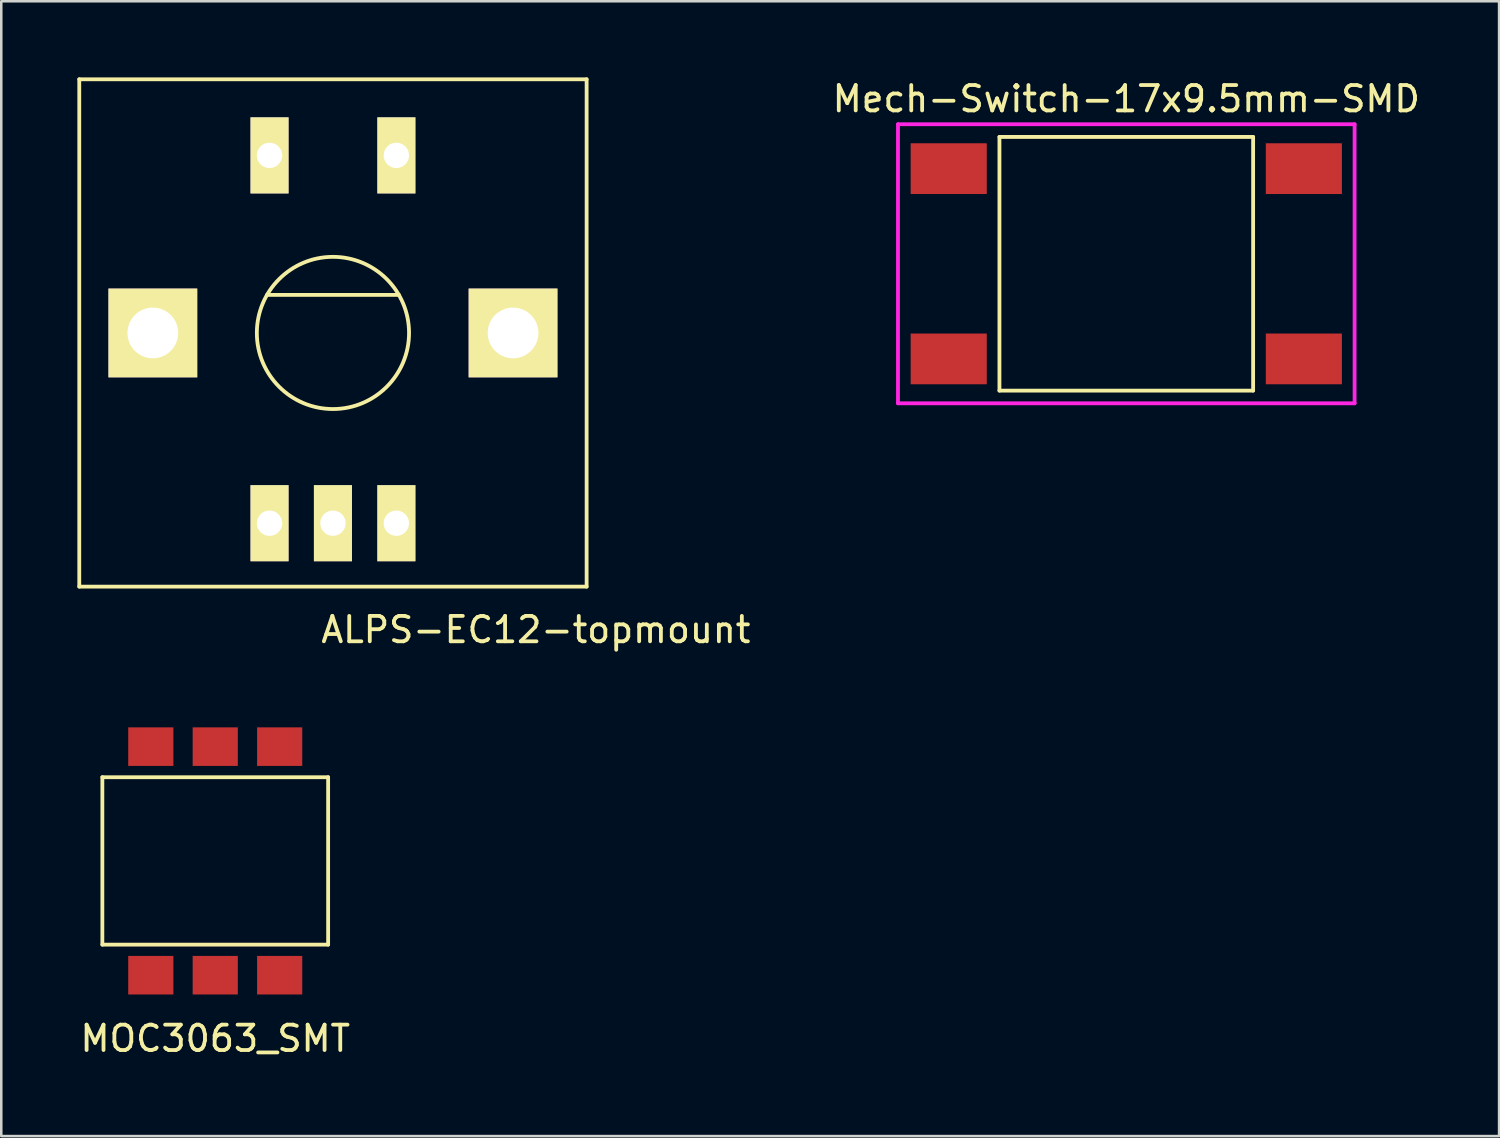
<source format=kicad_pcb>
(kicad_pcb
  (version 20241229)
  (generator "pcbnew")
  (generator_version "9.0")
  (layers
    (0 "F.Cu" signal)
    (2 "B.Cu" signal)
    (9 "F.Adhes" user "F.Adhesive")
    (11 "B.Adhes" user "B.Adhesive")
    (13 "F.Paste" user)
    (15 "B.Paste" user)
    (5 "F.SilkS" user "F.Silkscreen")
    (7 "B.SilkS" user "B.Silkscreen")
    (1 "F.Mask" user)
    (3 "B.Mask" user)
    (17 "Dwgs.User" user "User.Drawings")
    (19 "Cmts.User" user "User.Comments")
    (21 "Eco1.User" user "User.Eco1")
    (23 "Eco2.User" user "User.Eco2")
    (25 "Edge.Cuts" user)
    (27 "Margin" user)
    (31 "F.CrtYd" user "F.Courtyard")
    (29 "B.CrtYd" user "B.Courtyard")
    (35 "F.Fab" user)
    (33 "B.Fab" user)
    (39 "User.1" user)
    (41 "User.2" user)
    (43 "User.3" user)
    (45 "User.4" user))
  (footprint "ALPS-EC12-topmount"
    (layer "F.Cu")
    (at 10.075 10.075)
    (property "Reference" "ALPS-EC12-topmount" (at 8 11.7 0) (layer "F.SilkS") (effects (font (size 1 1) (thickness 0.15))))
    (attr through_hole)
    (fp_line (start -10 -10) (end 10 -10) (stroke (width 0.15) (type solid)) (layer "F.SilkS"))
    (fp_line (start -10 10) (end -10 -10) (stroke (width 0.15) (type solid)) (layer "F.SilkS"))
    (fp_line (start -2.6 -1.5) (end 2.6 -1.5) (stroke (width 0.15) (type solid)) (layer "F.SilkS"))
    (fp_line (start 10 -10) (end 10 10) (stroke (width 0.15) (type solid)) (layer "F.SilkS"))
    (fp_line (start 10 10) (end -10 10) (stroke (width 0.15) (type solid)) (layer "F.SilkS"))
    (fp_circle (center 0 0) (end 3 0) (stroke (width 0.15) (type solid)) (fill no) (layer "F.SilkS"))
    (pad "1" thru_hole rect (at -2.5 7.5) (size 1.5 3) (drill 1) (layers "*.Cu" "*.Mask" "F.SilkS"))
    (pad "2" thru_hole rect (at 2.5 7.5) (size 1.5 3) (drill 1) (layers "*.Cu" "*.Mask" "F.SilkS"))
    (pad "3" thru_hole rect (at 0 7.5) (size 1.5 3) (drill 1) (layers "*.Cu" "*.Mask" "F.SilkS"))
    (pad "4" thru_hole rect (at -2.5 -7) (size 1.5 3) (drill 1) (layers "*.Cu" "*.Mask" "F.SilkS"))
    (pad "5" thru_hole rect (at 2.5 -7 180) (size 1.5 3) (drill 1) (layers "*.Cu" "*.Mask" "F.SilkS"))
    (pad "6" thru_hole rect (at -7.1 0) (size 3.5 3.5) (drill 2) (layers "*.Cu" "*.Mask" "F.SilkS"))
    (pad "7" thru_hole rect (at 7.1 0) (size 3.5 3.5) (drill 2) (layers "*.Cu" "*.Mask" "F.SilkS")))
  (footprint "MOC3063_SMT"
    (layer "F.Cu")
    (at 5.435 30.888)
    (property "Reference" "MOC3063_SMT" (at 0 7 0) (layer "F.SilkS") (effects (font (size 1 1) (thickness 0.15))))
    (attr through_hole)
    (fp_line (start -4.45 3.3) (end -4.45 -3.3) (stroke (width 0.15) (type solid)) (layer "F.SilkS"))
    (fp_line (start 4.45 -3.3) (end -4.45 -3.3) (stroke (width 0.15) (type solid)) (layer "F.SilkS"))
    (fp_line (start 4.45 3.3) (end -4.45 3.3) (stroke (width 0.15) (type solid)) (layer "F.SilkS"))
    (fp_line (start 4.45 3.3) (end 4.45 -3.3) (stroke (width 0.15) (type solid)) (layer "F.SilkS"))
    (pad "1" smd trapezoid (at -2.54 4.505) (size 1.78 1.52) (layers "F.Cu" "F.Mask" "F.Paste"))
    (pad "2" smd trapezoid (at 0 4.505) (size 1.78 1.52) (layers "F.Cu" "F.Mask" "F.Paste"))
    (pad "3" smd trapezoid (at 2.54 4.505) (size 1.78 1.52) (layers "F.Cu" "F.Mask" "F.Paste"))
    (pad "4" smd trapezoid (at 2.54 -4.505) (size 1.78 1.52) (layers "F.Cu" "F.Mask" "F.Paste"))
    (pad "5" smd trapezoid (at 0 -4.505) (size 1.78 1.52) (layers "F.Cu" "F.Mask" "F.Paste"))
    (pad "6" smd trapezoid (at -2.54 -4.505) (size 1.78 1.52) (layers "F.Cu" "F.Mask" "F.Paste")))
  (footprint "Mech-Switch-17x9.5mm-SMD"
    (layer "F.Cu")
    (at 41.349 7.348)
    (property "Reference" "Mech-Switch-17x9.5mm-SMD" (at 0 -6.5 0) (layer "F.SilkS") (effects (font (size 1 1) (thickness 0.15))))
    (attr through_hole)
    (fp_line (start -5 -5) (end 5 -5) (stroke (width 0.15) (type solid)) (layer "F.SilkS"))
    (fp_line (start -5 5) (end -5 -5) (stroke (width 0.15) (type solid)) (layer "F.SilkS"))
    (fp_line (start 5 -5) (end 5 5) (stroke (width 0.15) (type solid)) (layer "F.SilkS"))
    (fp_line (start 5 5) (end -5 5) (stroke (width 0.15) (type solid)) (layer "F.SilkS"))
    (fp_line (start -9 -5.5) (end 9 -5.5) (stroke (width 0.15) (type solid)) (layer "F.CrtYd"))
    (fp_line (start -9 5.5) (end -9 -5.5) (stroke (width 0.15) (type solid)) (layer "F.CrtYd"))
    (fp_line (start 9 -5.5) (end 9 5.5) (stroke (width 0.15) (type solid)) (layer "F.CrtYd"))
    (fp_line (start 9 5.5) (end -9 5.5) (stroke (width 0.15) (type solid)) (layer "F.CrtYd"))
    (pad "1" smd rect (at -7 -3.75) (size 3 2) (layers "F.Cu" "F.Mask" "F.Paste"))
    (pad "1" smd rect (at 7 -3.75) (size 3 2) (layers "F.Cu" "F.Mask" "F.Paste"))
    (pad "2" smd rect (at -7 3.75) (size 3 2) (layers "F.Cu" "F.Mask" "F.Paste"))
    (pad "2" smd rect (at 7 3.75) (size 3 2) (layers "F.Cu" "F.Mask" "F.Paste")))
  (gr_rect
    (start -3 -3)
    (end 56.045 41.736)
    (stroke (width 0.1) (type default))
    (fill no)
    (layer "Edge.Cuts")))
</source>
